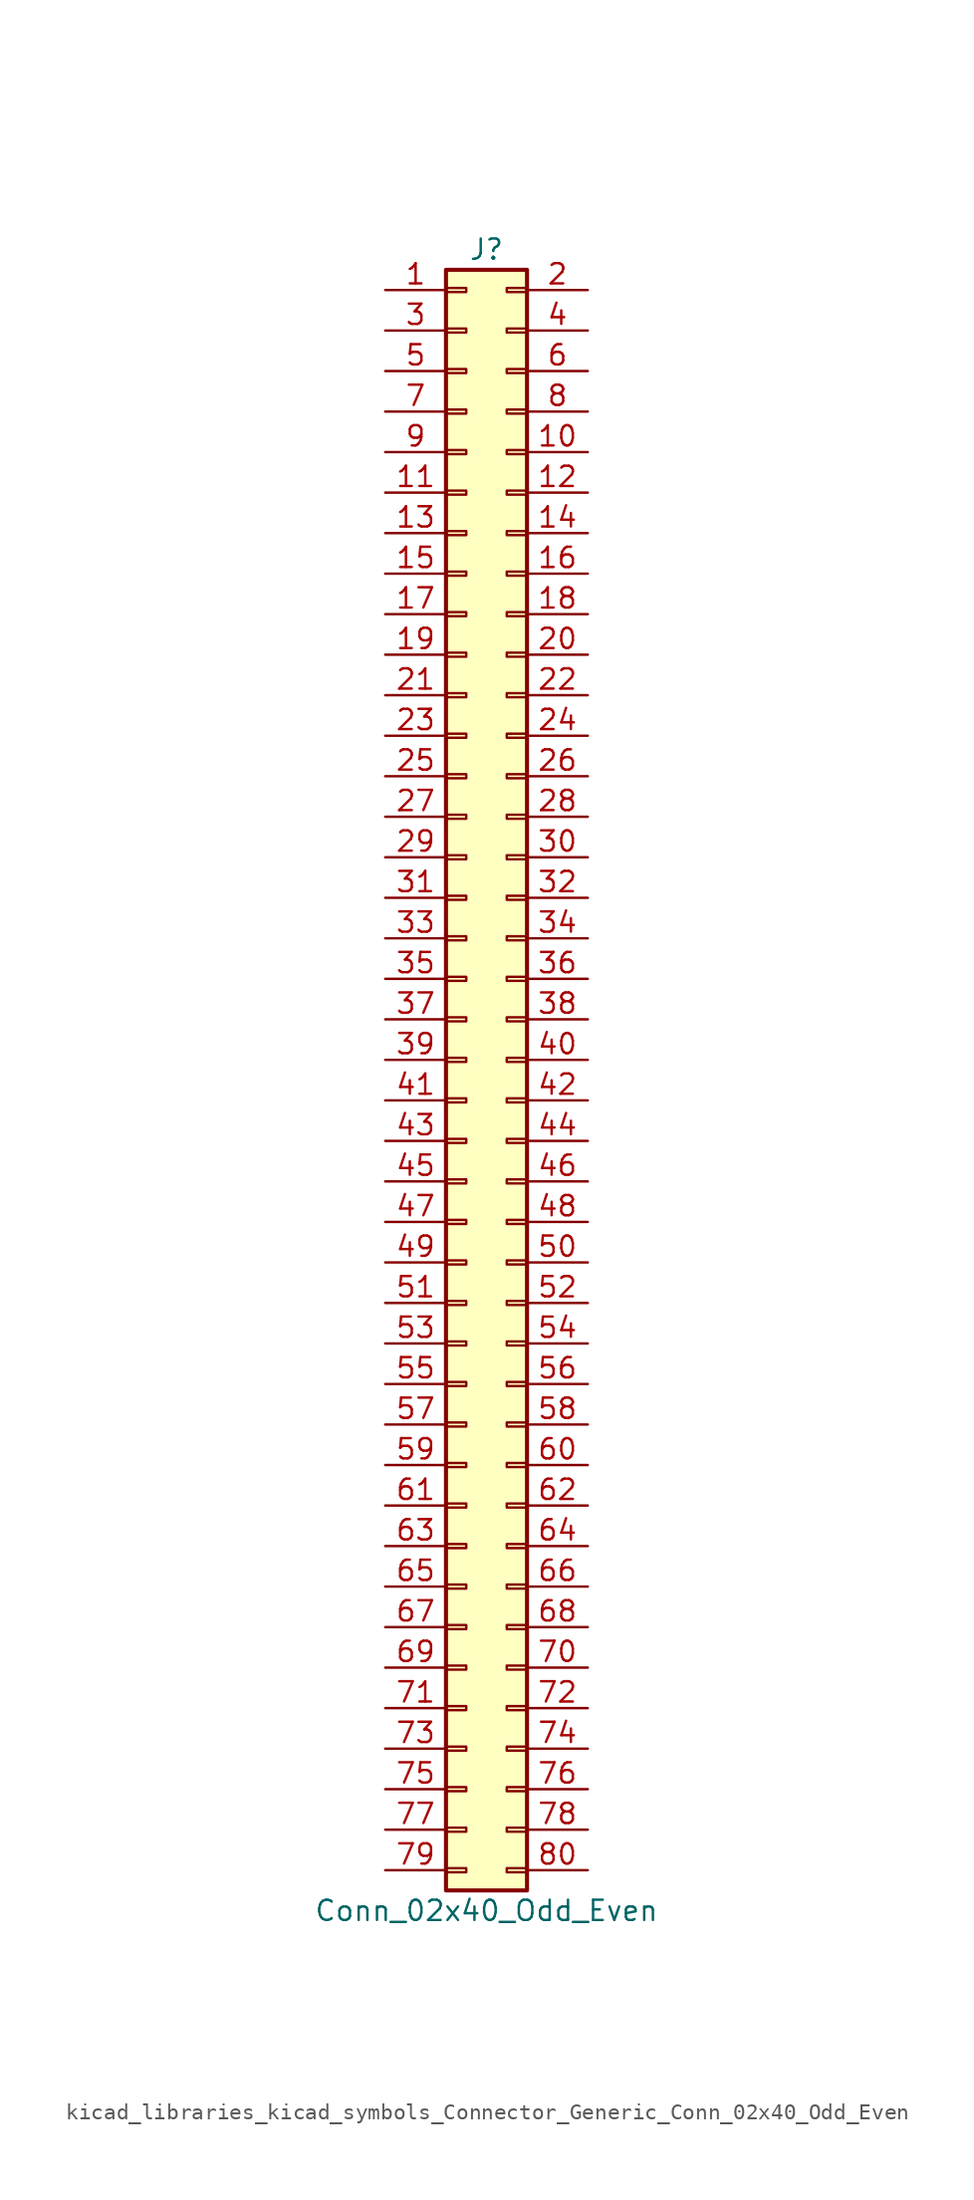
<source format=kicad_sym>
(kicad_symbol_lib
  (version 20220914)
  (generator kicad_symbol_editor)
  (symbol "kicad_libraries_kicad_symbols_Connector_Generic_Conn_02x40_Odd_Even"
    (pin_names
      (offset 1.016) hide)
    (property "Reference" "J"
      (at 1.27 50.8 0)
      (effects (font (size 1.27 1.27))))
    (property "Value" "Conn_02x40_Odd_Even"
      (at 1.27 -53.34 0)
      (effects (font (size 1.27 1.27))))
    (symbol "kicad_libraries_kicad_symbols_Connector_Generic_Conn_02x40_Odd_Even_1_1"
      (rectangle (start -1.27 -50.673) (end 0 -50.927) (stroke (width 0.152) (type default)) (fill (type none)))
      (rectangle (start -1.27 -48.133) (end 0 -48.387) (stroke (width 0.152) (type default)) (fill (type none)))
      (rectangle (start -1.27 -45.593) (end 0 -45.847) (stroke (width 0.152) (type default)) (fill (type none)))
      (rectangle (start -1.27 -43.053) (end 0 -43.307) (stroke (width 0.152) (type default)) (fill (type none)))
      (rectangle (start -1.27 -40.513) (end 0 -40.767) (stroke (width 0.152) (type default)) (fill (type none)))
      (rectangle (start -1.27 -37.973) (end 0 -38.227) (stroke (width 0.152) (type default)) (fill (type none)))
      (rectangle (start -1.27 -35.433) (end 0 -35.687) (stroke (width 0.152) (type default)) (fill (type none)))
      (rectangle (start -1.27 -32.893) (end 0 -33.147) (stroke (width 0.152) (type default)) (fill (type none)))
      (rectangle (start -1.27 -30.353) (end 0 -30.607) (stroke (width 0.152) (type default)) (fill (type none)))
      (rectangle (start -1.27 -27.813) (end 0 -28.067) (stroke (width 0.152) (type default)) (fill (type none)))
      (rectangle (start -1.27 -25.273) (end 0 -25.527) (stroke (width 0.152) (type default)) (fill (type none)))
      (rectangle (start -1.27 -22.733) (end 0 -22.987) (stroke (width 0.152) (type default)) (fill (type none)))
      (rectangle (start -1.27 -20.193) (end 0 -20.447) (stroke (width 0.152) (type default)) (fill (type none)))
      (rectangle (start -1.27 -17.653) (end 0 -17.907) (stroke (width 0.152) (type default)) (fill (type none)))
      (rectangle (start -1.27 -15.113) (end 0 -15.367) (stroke (width 0.152) (type default)) (fill (type none)))
      (rectangle (start -1.27 -12.573) (end 0 -12.827) (stroke (width 0.152) (type default)) (fill (type none)))
      (rectangle (start -1.27 -10.033) (end 0 -10.287) (stroke (width 0.152) (type default)) (fill (type none)))
      (rectangle (start -1.27 -7.493) (end 0 -7.747) (stroke (width 0.152) (type default)) (fill (type none)))
      (rectangle (start -1.27 -4.953) (end 0 -5.207) (stroke (width 0.152) (type default)) (fill (type none)))
      (rectangle (start -1.27 -2.413) (end 0 -2.667) (stroke (width 0.152) (type default)) (fill (type none)))
      (rectangle (start -1.27 0.127) (end 0 -0.127) (stroke (width 0.152) (type default)) (fill (type none)))
      (rectangle (start -1.27 2.667) (end 0 2.413) (stroke (width 0.152) (type default)) (fill (type none)))
      (rectangle (start -1.27 5.207) (end 0 4.953) (stroke (width 0.152) (type default)) (fill (type none)))
      (rectangle (start -1.27 7.747) (end 0 7.493) (stroke (width 0.152) (type default)) (fill (type none)))
      (rectangle (start -1.27 10.287) (end 0 10.033) (stroke (width 0.152) (type default)) (fill (type none)))
      (rectangle (start -1.27 12.827) (end 0 12.573) (stroke (width 0.152) (type default)) (fill (type none)))
      (rectangle (start -1.27 15.367) (end 0 15.113) (stroke (width 0.152) (type default)) (fill (type none)))
      (rectangle (start -1.27 17.907) (end 0 17.653) (stroke (width 0.152) (type default)) (fill (type none)))
      (rectangle (start -1.27 20.447) (end 0 20.193) (stroke (width 0.152) (type default)) (fill (type none)))
      (rectangle (start -1.27 22.987) (end 0 22.733) (stroke (width 0.152) (type default)) (fill (type none)))
      (rectangle (start -1.27 25.527) (end 0 25.273) (stroke (width 0.152) (type default)) (fill (type none)))
      (rectangle (start -1.27 28.067) (end 0 27.813) (stroke (width 0.152) (type default)) (fill (type none)))
      (rectangle (start -1.27 30.607) (end 0 30.353) (stroke (width 0.152) (type default)) (fill (type none)))
      (rectangle (start -1.27 33.147) (end 0 32.893) (stroke (width 0.152) (type default)) (fill (type none)))
      (rectangle (start -1.27 35.687) (end 0 35.433) (stroke (width 0.152) (type default)) (fill (type none)))
      (rectangle (start -1.27 38.227) (end 0 37.973) (stroke (width 0.152) (type default)) (fill (type none)))
      (rectangle (start -1.27 40.767) (end 0 40.513) (stroke (width 0.152) (type default)) (fill (type none)))
      (rectangle (start -1.27 43.307) (end 0 43.053) (stroke (width 0.152) (type default)) (fill (type none)))
      (rectangle (start -1.27 45.847) (end 0 45.593) (stroke (width 0.152) (type default)) (fill (type none)))
      (rectangle (start -1.27 48.387) (end 0 48.133) (stroke (width 0.152) (type default)) (fill (type none)))
      (rectangle (start -1.27 49.53) (end 3.81 -52.07) (stroke (width 0.254) (type default)) (fill (type background)))
      (rectangle (start 3.81 -50.673) (end 2.54 -50.927) (stroke (width 0.152) (type default)) (fill (type none)))
      (rectangle (start 3.81 -48.133) (end 2.54 -48.387) (stroke (width 0.152) (type default)) (fill (type none)))
      (rectangle (start 3.81 -45.593) (end 2.54 -45.847) (stroke (width 0.152) (type default)) (fill (type none)))
      (rectangle (start 3.81 -43.053) (end 2.54 -43.307) (stroke (width 0.152) (type default)) (fill (type none)))
      (rectangle (start 3.81 -40.513) (end 2.54 -40.767) (stroke (width 0.152) (type default)) (fill (type none)))
      (rectangle (start 3.81 -37.973) (end 2.54 -38.227) (stroke (width 0.152) (type default)) (fill (type none)))
      (rectangle (start 3.81 -35.433) (end 2.54 -35.687) (stroke (width 0.152) (type default)) (fill (type none)))
      (rectangle (start 3.81 -32.893) (end 2.54 -33.147) (stroke (width 0.152) (type default)) (fill (type none)))
      (rectangle (start 3.81 -30.353) (end 2.54 -30.607) (stroke (width 0.152) (type default)) (fill (type none)))
      (rectangle (start 3.81 -27.813) (end 2.54 -28.067) (stroke (width 0.152) (type default)) (fill (type none)))
      (rectangle (start 3.81 -25.273) (end 2.54 -25.527) (stroke (width 0.152) (type default)) (fill (type none)))
      (rectangle (start 3.81 -22.733) (end 2.54 -22.987) (stroke (width 0.152) (type default)) (fill (type none)))
      (rectangle (start 3.81 -20.193) (end 2.54 -20.447) (stroke (width 0.152) (type default)) (fill (type none)))
      (rectangle (start 3.81 -17.653) (end 2.54 -17.907) (stroke (width 0.152) (type default)) (fill (type none)))
      (rectangle (start 3.81 -15.113) (end 2.54 -15.367) (stroke (width 0.152) (type default)) (fill (type none)))
      (rectangle (start 3.81 -12.573) (end 2.54 -12.827) (stroke (width 0.152) (type default)) (fill (type none)))
      (rectangle (start 3.81 -10.033) (end 2.54 -10.287) (stroke (width 0.152) (type default)) (fill (type none)))
      (rectangle (start 3.81 -7.493) (end 2.54 -7.747) (stroke (width 0.152) (type default)) (fill (type none)))
      (rectangle (start 3.81 -4.953) (end 2.54 -5.207) (stroke (width 0.152) (type default)) (fill (type none)))
      (rectangle (start 3.81 -2.413) (end 2.54 -2.667) (stroke (width 0.152) (type default)) (fill (type none)))
      (rectangle (start 3.81 0.127) (end 2.54 -0.127) (stroke (width 0.152) (type default)) (fill (type none)))
      (rectangle (start 3.81 2.667) (end 2.54 2.413) (stroke (width 0.152) (type default)) (fill (type none)))
      (rectangle (start 3.81 5.207) (end 2.54 4.953) (stroke (width 0.152) (type default)) (fill (type none)))
      (rectangle (start 3.81 7.747) (end 2.54 7.493) (stroke (width 0.152) (type default)) (fill (type none)))
      (rectangle (start 3.81 10.287) (end 2.54 10.033) (stroke (width 0.152) (type default)) (fill (type none)))
      (rectangle (start 3.81 12.827) (end 2.54 12.573) (stroke (width 0.152) (type default)) (fill (type none)))
      (rectangle (start 3.81 15.367) (end 2.54 15.113) (stroke (width 0.152) (type default)) (fill (type none)))
      (rectangle (start 3.81 17.907) (end 2.54 17.653) (stroke (width 0.152) (type default)) (fill (type none)))
      (rectangle (start 3.81 20.447) (end 2.54 20.193) (stroke (width 0.152) (type default)) (fill (type none)))
      (rectangle (start 3.81 22.987) (end 2.54 22.733) (stroke (width 0.152) (type default)) (fill (type none)))
      (rectangle (start 3.81 25.527) (end 2.54 25.273) (stroke (width 0.152) (type default)) (fill (type none)))
      (rectangle (start 3.81 28.067) (end 2.54 27.813) (stroke (width 0.152) (type default)) (fill (type none)))
      (rectangle (start 3.81 30.607) (end 2.54 30.353) (stroke (width 0.152) (type default)) (fill (type none)))
      (rectangle (start 3.81 33.147) (end 2.54 32.893) (stroke (width 0.152) (type default)) (fill (type none)))
      (rectangle (start 3.81 35.687) (end 2.54 35.433) (stroke (width 0.152) (type default)) (fill (type none)))
      (rectangle (start 3.81 38.227) (end 2.54 37.973) (stroke (width 0.152) (type default)) (fill (type none)))
      (rectangle (start 3.81 40.767) (end 2.54 40.513) (stroke (width 0.152) (type default)) (fill (type none)))
      (rectangle (start 3.81 43.307) (end 2.54 43.053) (stroke (width 0.152) (type default)) (fill (type none)))
      (rectangle (start 3.81 45.847) (end 2.54 45.593) (stroke (width 0.152) (type default)) (fill (type none)))
      (rectangle (start 3.81 48.387) (end 2.54 48.133) (stroke (width 0.152) (type default)) (fill (type none)))
      (pin passive line (at -5.08 48.26 0) (length 3.81) (name "Pin_1" (effects (font (size 1.27 1.27)))) (number "1" (effects (font (size 1.27 1.27)))))
      (pin passive line (at 7.62 38.1 180) (length 3.81) (name "Pin_10" (effects (font (size 1.27 1.27)))) (number "10" (effects (font (size 1.27 1.27)))))
      (pin passive line (at -5.08 35.56 0) (length 3.81) (name "Pin_11" (effects (font (size 1.27 1.27)))) (number "11" (effects (font (size 1.27 1.27)))))
      (pin passive line (at 7.62 35.56 180) (length 3.81) (name "Pin_12" (effects (font (size 1.27 1.27)))) (number "12" (effects (font (size 1.27 1.27)))))
      (pin passive line (at -5.08 33.02 0) (length 3.81) (name "Pin_13" (effects (font (size 1.27 1.27)))) (number "13" (effects (font (size 1.27 1.27)))))
      (pin passive line (at 7.62 33.02 180) (length 3.81) (name "Pin_14" (effects (font (size 1.27 1.27)))) (number "14" (effects (font (size 1.27 1.27)))))
      (pin passive line (at -5.08 30.48 0) (length 3.81) (name "Pin_15" (effects (font (size 1.27 1.27)))) (number "15" (effects (font (size 1.27 1.27)))))
      (pin passive line (at 7.62 30.48 180) (length 3.81) (name "Pin_16" (effects (font (size 1.27 1.27)))) (number "16" (effects (font (size 1.27 1.27)))))
      (pin passive line (at -5.08 27.94 0) (length 3.81) (name "Pin_17" (effects (font (size 1.27 1.27)))) (number "17" (effects (font (size 1.27 1.27)))))
      (pin passive line (at 7.62 27.94 180) (length 3.81) (name "Pin_18" (effects (font (size 1.27 1.27)))) (number "18" (effects (font (size 1.27 1.27)))))
      (pin passive line (at -5.08 25.4 0) (length 3.81) (name "Pin_19" (effects (font (size 1.27 1.27)))) (number "19" (effects (font (size 1.27 1.27)))))
      (pin passive line (at 7.62 48.26 180) (length 3.81) (name "Pin_2" (effects (font (size 1.27 1.27)))) (number "2" (effects (font (size 1.27 1.27)))))
      (pin passive line (at 7.62 25.4 180) (length 3.81) (name "Pin_20" (effects (font (size 1.27 1.27)))) (number "20" (effects (font (size 1.27 1.27)))))
      (pin passive line (at -5.08 22.86 0) (length 3.81) (name "Pin_21" (effects (font (size 1.27 1.27)))) (number "21" (effects (font (size 1.27 1.27)))))
      (pin passive line (at 7.62 22.86 180) (length 3.81) (name "Pin_22" (effects (font (size 1.27 1.27)))) (number "22" (effects (font (size 1.27 1.27)))))
      (pin passive line (at -5.08 20.32 0) (length 3.81) (name "Pin_23" (effects (font (size 1.27 1.27)))) (number "23" (effects (font (size 1.27 1.27)))))
      (pin passive line (at 7.62 20.32 180) (length 3.81) (name "Pin_24" (effects (font (size 1.27 1.27)))) (number "24" (effects (font (size 1.27 1.27)))))
      (pin passive line (at -5.08 17.78 0) (length 3.81) (name "Pin_25" (effects (font (size 1.27 1.27)))) (number "25" (effects (font (size 1.27 1.27)))))
      (pin passive line (at 7.62 17.78 180) (length 3.81) (name "Pin_26" (effects (font (size 1.27 1.27)))) (number "26" (effects (font (size 1.27 1.27)))))
      (pin passive line (at -5.08 15.24 0) (length 3.81) (name "Pin_27" (effects (font (size 1.27 1.27)))) (number "27" (effects (font (size 1.27 1.27)))))
      (pin passive line (at 7.62 15.24 180) (length 3.81) (name "Pin_28" (effects (font (size 1.27 1.27)))) (number "28" (effects (font (size 1.27 1.27)))))
      (pin passive line (at -5.08 12.7 0) (length 3.81) (name "Pin_29" (effects (font (size 1.27 1.27)))) (number "29" (effects (font (size 1.27 1.27)))))
      (pin passive line (at -5.08 45.72 0) (length 3.81) (name "Pin_3" (effects (font (size 1.27 1.27)))) (number "3" (effects (font (size 1.27 1.27)))))
      (pin passive line (at 7.62 12.7 180) (length 3.81) (name "Pin_30" (effects (font (size 1.27 1.27)))) (number "30" (effects (font (size 1.27 1.27)))))
      (pin passive line (at -5.08 10.16 0) (length 3.81) (name "Pin_31" (effects (font (size 1.27 1.27)))) (number "31" (effects (font (size 1.27 1.27)))))
      (pin passive line (at 7.62 10.16 180) (length 3.81) (name "Pin_32" (effects (font (size 1.27 1.27)))) (number "32" (effects (font (size 1.27 1.27)))))
      (pin passive line (at -5.08 7.62 0) (length 3.81) (name "Pin_33" (effects (font (size 1.27 1.27)))) (number "33" (effects (font (size 1.27 1.27)))))
      (pin passive line (at 7.62 7.62 180) (length 3.81) (name "Pin_34" (effects (font (size 1.27 1.27)))) (number "34" (effects (font (size 1.27 1.27)))))
      (pin passive line (at -5.08 5.08 0) (length 3.81) (name "Pin_35" (effects (font (size 1.27 1.27)))) (number "35" (effects (font (size 1.27 1.27)))))
      (pin passive line (at 7.62 5.08 180) (length 3.81) (name "Pin_36" (effects (font (size 1.27 1.27)))) (number "36" (effects (font (size 1.27 1.27)))))
      (pin passive line (at -5.08 2.54 0) (length 3.81) (name "Pin_37" (effects (font (size 1.27 1.27)))) (number "37" (effects (font (size 1.27 1.27)))))
      (pin passive line (at 7.62 2.54 180) (length 3.81) (name "Pin_38" (effects (font (size 1.27 1.27)))) (number "38" (effects (font (size 1.27 1.27)))))
      (pin passive line (at -5.08 0 0) (length 3.81) (name "Pin_39" (effects (font (size 1.27 1.27)))) (number "39" (effects (font (size 1.27 1.27)))))
      (pin passive line (at 7.62 45.72 180) (length 3.81) (name "Pin_4" (effects (font (size 1.27 1.27)))) (number "4" (effects (font (size 1.27 1.27)))))
      (pin passive line (at 7.62 0 180) (length 3.81) (name "Pin_40" (effects (font (size 1.27 1.27)))) (number "40" (effects (font (size 1.27 1.27)))))
      (pin passive line (at -5.08 -2.54 0) (length 3.81) (name "Pin_41" (effects (font (size 1.27 1.27)))) (number "41" (effects (font (size 1.27 1.27)))))
      (pin passive line (at 7.62 -2.54 180) (length 3.81) (name "Pin_42" (effects (font (size 1.27 1.27)))) (number "42" (effects (font (size 1.27 1.27)))))
      (pin passive line (at -5.08 -5.08 0) (length 3.81) (name "Pin_43" (effects (font (size 1.27 1.27)))) (number "43" (effects (font (size 1.27 1.27)))))
      (pin passive line (at 7.62 -5.08 180) (length 3.81) (name "Pin_44" (effects (font (size 1.27 1.27)))) (number "44" (effects (font (size 1.27 1.27)))))
      (pin passive line (at -5.08 -7.62 0) (length 3.81) (name "Pin_45" (effects (font (size 1.27 1.27)))) (number "45" (effects (font (size 1.27 1.27)))))
      (pin passive line (at 7.62 -7.62 180) (length 3.81) (name "Pin_46" (effects (font (size 1.27 1.27)))) (number "46" (effects (font (size 1.27 1.27)))))
      (pin passive line (at -5.08 -10.16 0) (length 3.81) (name "Pin_47" (effects (font (size 1.27 1.27)))) (number "47" (effects (font (size 1.27 1.27)))))
      (pin passive line (at 7.62 -10.16 180) (length 3.81) (name "Pin_48" (effects (font (size 1.27 1.27)))) (number "48" (effects (font (size 1.27 1.27)))))
      (pin passive line (at -5.08 -12.7 0) (length 3.81) (name "Pin_49" (effects (font (size 1.27 1.27)))) (number "49" (effects (font (size 1.27 1.27)))))
      (pin passive line (at -5.08 43.18 0) (length 3.81) (name "Pin_5" (effects (font (size 1.27 1.27)))) (number "5" (effects (font (size 1.27 1.27)))))
      (pin passive line (at 7.62 -12.7 180) (length 3.81) (name "Pin_50" (effects (font (size 1.27 1.27)))) (number "50" (effects (font (size 1.27 1.27)))))
      (pin passive line (at -5.08 -15.24 0) (length 3.81) (name "Pin_51" (effects (font (size 1.27 1.27)))) (number "51" (effects (font (size 1.27 1.27)))))
      (pin passive line (at 7.62 -15.24 180) (length 3.81) (name "Pin_52" (effects (font (size 1.27 1.27)))) (number "52" (effects (font (size 1.27 1.27)))))
      (pin passive line (at -5.08 -17.78 0) (length 3.81) (name "Pin_53" (effects (font (size 1.27 1.27)))) (number "53" (effects (font (size 1.27 1.27)))))
      (pin passive line (at 7.62 -17.78 180) (length 3.81) (name "Pin_54" (effects (font (size 1.27 1.27)))) (number "54" (effects (font (size 1.27 1.27)))))
      (pin passive line (at -5.08 -20.32 0) (length 3.81) (name "Pin_55" (effects (font (size 1.27 1.27)))) (number "55" (effects (font (size 1.27 1.27)))))
      (pin passive line (at 7.62 -20.32 180) (length 3.81) (name "Pin_56" (effects (font (size 1.27 1.27)))) (number "56" (effects (font (size 1.27 1.27)))))
      (pin passive line (at -5.08 -22.86 0) (length 3.81) (name "Pin_57" (effects (font (size 1.27 1.27)))) (number "57" (effects (font (size 1.27 1.27)))))
      (pin passive line (at 7.62 -22.86 180) (length 3.81) (name "Pin_58" (effects (font (size 1.27 1.27)))) (number "58" (effects (font (size 1.27 1.27)))))
      (pin passive line (at -5.08 -25.4 0) (length 3.81) (name "Pin_59" (effects (font (size 1.27 1.27)))) (number "59" (effects (font (size 1.27 1.27)))))
      (pin passive line (at 7.62 43.18 180) (length 3.81) (name "Pin_6" (effects (font (size 1.27 1.27)))) (number "6" (effects (font (size 1.27 1.27)))))
      (pin passive line (at 7.62 -25.4 180) (length 3.81) (name "Pin_60" (effects (font (size 1.27 1.27)))) (number "60" (effects (font (size 1.27 1.27)))))
      (pin passive line (at -5.08 -27.94 0) (length 3.81) (name "Pin_61" (effects (font (size 1.27 1.27)))) (number "61" (effects (font (size 1.27 1.27)))))
      (pin passive line (at 7.62 -27.94 180) (length 3.81) (name "Pin_62" (effects (font (size 1.27 1.27)))) (number "62" (effects (font (size 1.27 1.27)))))
      (pin passive line (at -5.08 -30.48 0) (length 3.81) (name "Pin_63" (effects (font (size 1.27 1.27)))) (number "63" (effects (font (size 1.27 1.27)))))
      (pin passive line (at 7.62 -30.48 180) (length 3.81) (name "Pin_64" (effects (font (size 1.27 1.27)))) (number "64" (effects (font (size 1.27 1.27)))))
      (pin passive line (at -5.08 -33.02 0) (length 3.81) (name "Pin_65" (effects (font (size 1.27 1.27)))) (number "65" (effects (font (size 1.27 1.27)))))
      (pin passive line (at 7.62 -33.02 180) (length 3.81) (name "Pin_66" (effects (font (size 1.27 1.27)))) (number "66" (effects (font (size 1.27 1.27)))))
      (pin passive line (at -5.08 -35.56 0) (length 3.81) (name "Pin_67" (effects (font (size 1.27 1.27)))) (number "67" (effects (font (size 1.27 1.27)))))
      (pin passive line (at 7.62 -35.56 180) (length 3.81) (name "Pin_68" (effects (font (size 1.27 1.27)))) (number "68" (effects (font (size 1.27 1.27)))))
      (pin passive line (at -5.08 -38.1 0) (length 3.81) (name "Pin_69" (effects (font (size 1.27 1.27)))) (number "69" (effects (font (size 1.27 1.27)))))
      (pin passive line (at -5.08 40.64 0) (length 3.81) (name "Pin_7" (effects (font (size 1.27 1.27)))) (number "7" (effects (font (size 1.27 1.27)))))
      (pin passive line (at 7.62 -38.1 180) (length 3.81) (name "Pin_70" (effects (font (size 1.27 1.27)))) (number "70" (effects (font (size 1.27 1.27)))))
      (pin passive line (at -5.08 -40.64 0) (length 3.81) (name "Pin_71" (effects (font (size 1.27 1.27)))) (number "71" (effects (font (size 1.27 1.27)))))
      (pin passive line (at 7.62 -40.64 180) (length 3.81) (name "Pin_72" (effects (font (size 1.27 1.27)))) (number "72" (effects (font (size 1.27 1.27)))))
      (pin passive line (at -5.08 -43.18 0) (length 3.81) (name "Pin_73" (effects (font (size 1.27 1.27)))) (number "73" (effects (font (size 1.27 1.27)))))
      (pin passive line (at 7.62 -43.18 180) (length 3.81) (name "Pin_74" (effects (font (size 1.27 1.27)))) (number "74" (effects (font (size 1.27 1.27)))))
      (pin passive line (at -5.08 -45.72 0) (length 3.81) (name "Pin_75" (effects (font (size 1.27 1.27)))) (number "75" (effects (font (size 1.27 1.27)))))
      (pin passive line (at 7.62 -45.72 180) (length 3.81) (name "Pin_76" (effects (font (size 1.27 1.27)))) (number "76" (effects (font (size 1.27 1.27)))))
      (pin passive line (at -5.08 -48.26 0) (length 3.81) (name "Pin_77" (effects (font (size 1.27 1.27)))) (number "77" (effects (font (size 1.27 1.27)))))
      (pin passive line (at 7.62 -48.26 180) (length 3.81) (name "Pin_78" (effects (font (size 1.27 1.27)))) (number "78" (effects (font (size 1.27 1.27)))))
      (pin passive line (at -5.08 -50.8 0) (length 3.81) (name "Pin_79" (effects (font (size 1.27 1.27)))) (number "79" (effects (font (size 1.27 1.27)))))
      (pin passive line (at 7.62 40.64 180) (length 3.81) (name "Pin_8" (effects (font (size 1.27 1.27)))) (number "8" (effects (font (size 1.27 1.27)))))
      (pin passive line (at 7.62 -50.8 180) (length 3.81) (name "Pin_80" (effects (font (size 1.27 1.27)))) (number "80" (effects (font (size 1.27 1.27)))))
      (pin passive line (at -5.08 38.1 0) (length 3.81) (name "Pin_9" (effects (font (size 1.27 1.27)))) (number "9" (effects (font (size 1.27 1.27))))))))
</source>
